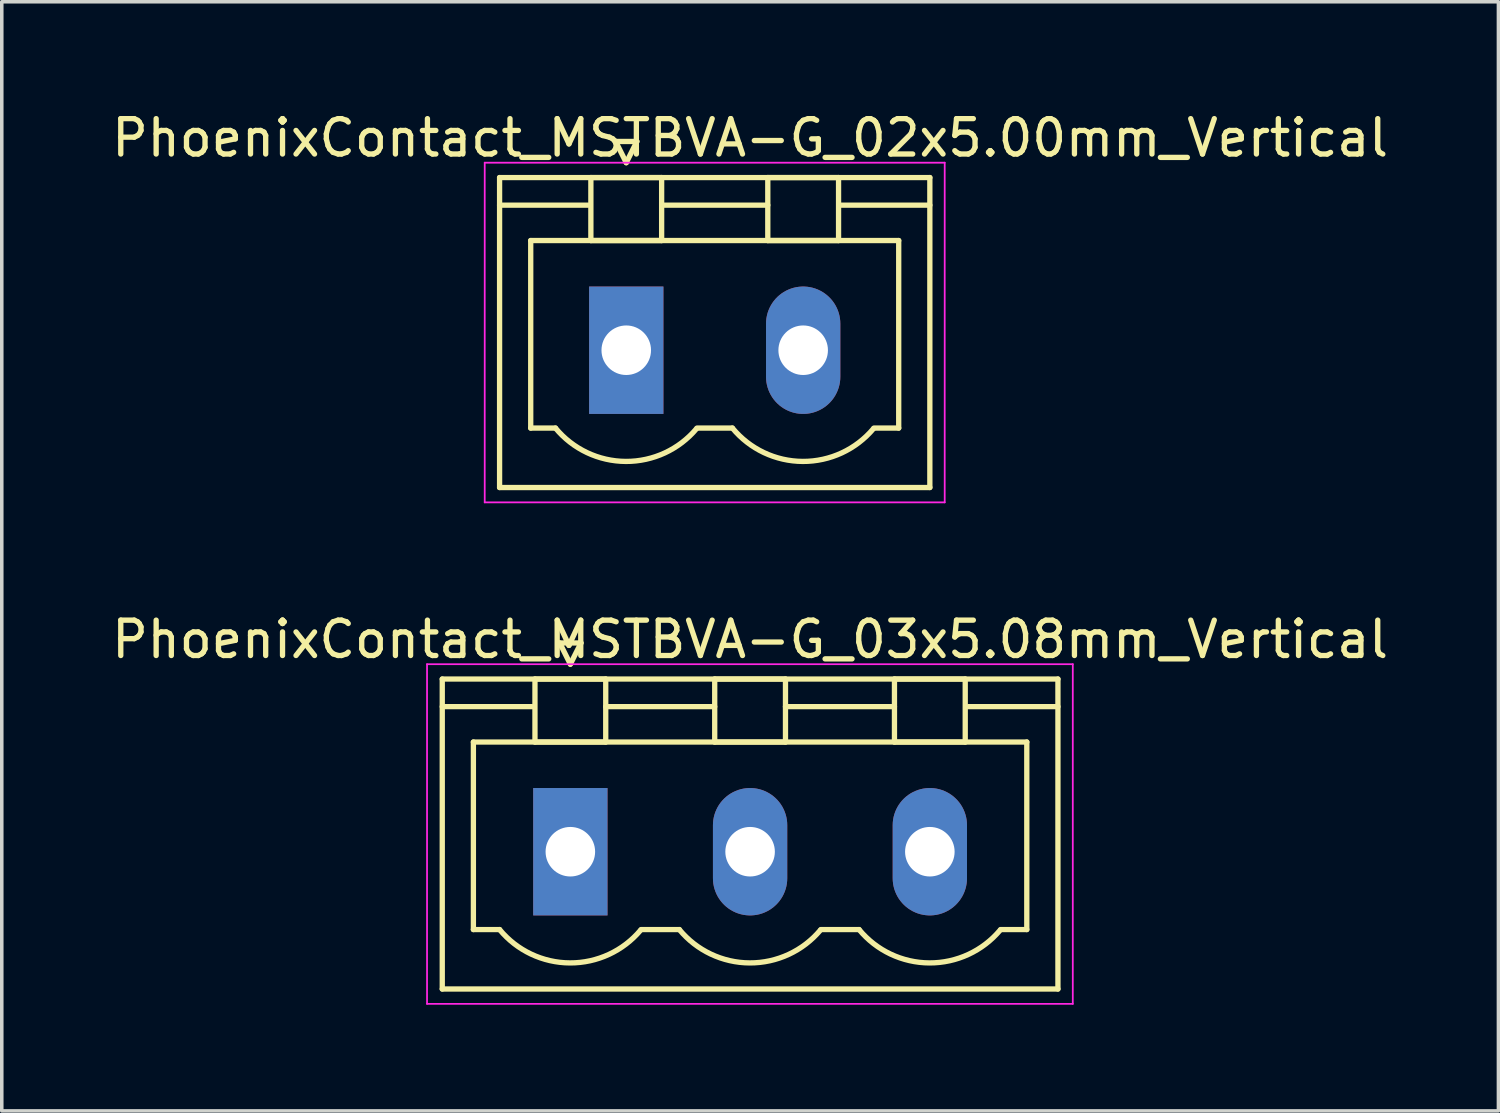
<source format=kicad_pcb>
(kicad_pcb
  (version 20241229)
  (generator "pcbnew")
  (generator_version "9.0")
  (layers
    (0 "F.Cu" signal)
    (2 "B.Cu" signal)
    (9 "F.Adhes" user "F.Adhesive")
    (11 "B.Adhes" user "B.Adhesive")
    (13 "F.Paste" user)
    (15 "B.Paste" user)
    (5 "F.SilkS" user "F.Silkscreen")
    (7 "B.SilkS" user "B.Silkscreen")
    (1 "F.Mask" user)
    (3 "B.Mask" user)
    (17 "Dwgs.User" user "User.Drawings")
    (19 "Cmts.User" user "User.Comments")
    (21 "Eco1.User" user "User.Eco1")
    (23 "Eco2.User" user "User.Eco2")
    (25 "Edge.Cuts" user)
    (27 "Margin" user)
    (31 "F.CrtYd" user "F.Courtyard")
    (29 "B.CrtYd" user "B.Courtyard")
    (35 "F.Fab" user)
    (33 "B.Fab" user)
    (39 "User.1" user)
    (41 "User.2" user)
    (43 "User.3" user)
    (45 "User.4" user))
  (footprint "PhoenixContact_MSTBVA-G_02x5.00mm_Vertical"
    (layer "F.Cu")
    (at 14.649 6.848)
    (property "Reference" "PhoenixContact_MSTBVA-G_02x5.00mm_Vertical" (at 3.5 -6 0) (layer "F.SilkS") (effects (font (size 1 1) (thickness 0.15))))
    (attr through_hole)
    (fp_line (start -3.58 -4.88) (end -3.58 3.88) (stroke (width 0.15) (type solid)) (layer "F.SilkS"))
    (fp_line (start -3.58 -4.1) (end -1.08 -4.1) (stroke (width 0.15) (type solid)) (layer "F.SilkS"))
    (fp_line (start -3.58 3.88) (end 8.58 3.88) (stroke (width 0.15) (type solid)) (layer "F.SilkS"))
    (fp_line (start -2.7 -3.1) (end 7.7 -3.1) (stroke (width 0.15) (type solid)) (layer "F.SilkS"))
    (fp_line (start -2.7 2.2) (end -2.7 -3.1) (stroke (width 0.15) (type solid)) (layer "F.SilkS"))
    (fp_line (start -2 2.2) (end -2.7 2.2) (stroke (width 0.15) (type solid)) (layer "F.SilkS"))
    (fp_line (start -1 -4.88) (end 1 -4.88) (stroke (width 0.15) (type solid)) (layer "F.SilkS"))
    (fp_line (start -1 -3.1) (end -1 -4.88) (stroke (width 0.15) (type solid)) (layer "F.SilkS"))
    (fp_line (start -0.3 -5.9) (end 0 -5.3) (stroke (width 0.15) (type solid)) (layer "F.SilkS"))
    (fp_line (start 0 -5.3) (end 0.3 -5.9) (stroke (width 0.15) (type solid)) (layer "F.SilkS"))
    (fp_line (start 0.3 -5.9) (end -0.3 -5.9) (stroke (width 0.15) (type solid)) (layer "F.SilkS"))
    (fp_line (start 1 -4.88) (end 1 -3.1) (stroke (width 0.15) (type solid)) (layer "F.SilkS"))
    (fp_line (start 1 -4.1) (end 4 -4.1) (stroke (width 0.15) (type solid)) (layer "F.SilkS"))
    (fp_line (start 1 -3.1) (end -1 -3.1) (stroke (width 0.15) (type solid)) (layer "F.SilkS"))
    (fp_line (start 2 2.2) (end 3 2.2) (stroke (width 0.15) (type solid)) (layer "F.SilkS"))
    (fp_line (start 4 -4.88) (end 6 -4.88) (stroke (width 0.15) (type solid)) (layer "F.SilkS"))
    (fp_line (start 4 -3.1) (end 4 -4.88) (stroke (width 0.15) (type solid)) (layer "F.SilkS"))
    (fp_line (start 6 -4.88) (end 6 -3.1) (stroke (width 0.15) (type solid)) (layer "F.SilkS"))
    (fp_line (start 6 -3.1) (end 4 -3.1) (stroke (width 0.15) (type solid)) (layer "F.SilkS"))
    (fp_line (start 7.7 -3.1) (end 7.7 2.2) (stroke (width 0.15) (type solid)) (layer "F.SilkS"))
    (fp_line (start 7.7 2.2) (end 7 2.2) (stroke (width 0.15) (type solid)) (layer "F.SilkS"))
    (fp_line (start 8.58 -4.88) (end -3.58 -4.88) (stroke (width 0.15) (type solid)) (layer "F.SilkS"))
    (fp_line (start 8.58 -4.1) (end 6.08 -4.1) (stroke (width 0.15) (type solid)) (layer "F.SilkS"))
    (fp_line (start 8.58 3.88) (end 8.58 -4.88) (stroke (width 0.15) (type solid)) (layer "F.SilkS"))
    (fp_arc (start 1.986842 2.215821) (mid -0.010289 3.142758) (end -2 2.2) (stroke (width 0.15) (type solid)) (layer "F.SilkS"))
    (fp_arc (start 6.986842 2.215821) (mid 4.989711 3.142758) (end 3 2.2) (stroke (width 0.15) (type solid)) (layer "F.SilkS"))
    (fp_line (start -4 -5.3) (end -4 4.3) (stroke (width 0.05) (type solid)) (layer "F.CrtYd"))
    (fp_line (start -4 4.3) (end 9 4.3) (stroke (width 0.05) (type solid)) (layer "F.CrtYd"))
    (fp_line (start 9 -5.3) (end -4 -5.3) (stroke (width 0.05) (type solid)) (layer "F.CrtYd"))
    (fp_line (start 9 4.3) (end 9 -5.3) (stroke (width 0.05) (type solid)) (layer "F.CrtYd"))
    (pad "1" thru_hole rect (at 0 0) (size 2.1 3.6) (drill 1.4) (layers "*.Cu" "*.Mask"))
    (pad "2" thru_hole oval (at 5 0) (size 2.1 3.6) (drill 1.4) (layers "*.Cu" "*.Mask")))
  (footprint "PhoenixContact_MSTBVA-G_03x5.08mm_Vertical"
    (layer "F.Cu")
    (at 13.069 21.021)
    (property "Reference" "PhoenixContact_MSTBVA-G_03x5.08mm_Vertical" (at 5.08 -6 0) (layer "F.SilkS") (effects (font (size 1 1) (thickness 0.15))))
    (attr through_hole)
    (fp_line (start -3.62 -4.88) (end -3.62 3.88) (stroke (width 0.15) (type solid)) (layer "F.SilkS"))
    (fp_line (start -3.62 -4.1) (end -1.08 -4.1) (stroke (width 0.15) (type solid)) (layer "F.SilkS"))
    (fp_line (start -3.62 3.88) (end 13.78 3.88) (stroke (width 0.15) (type solid)) (layer "F.SilkS"))
    (fp_line (start -2.74 -3.1) (end 12.9 -3.1) (stroke (width 0.15) (type solid)) (layer "F.SilkS"))
    (fp_line (start -2.74 2.2) (end -2.74 -3.1) (stroke (width 0.15) (type solid)) (layer "F.SilkS"))
    (fp_line (start -2 2.2) (end -2.74 2.2) (stroke (width 0.15) (type solid)) (layer "F.SilkS"))
    (fp_line (start -1 -4.88) (end 1 -4.88) (stroke (width 0.15) (type solid)) (layer "F.SilkS"))
    (fp_line (start -1 -3.1) (end -1 -4.88) (stroke (width 0.15) (type solid)) (layer "F.SilkS"))
    (fp_line (start -0.3 -5.9) (end 0 -5.3) (stroke (width 0.15) (type solid)) (layer "F.SilkS"))
    (fp_line (start 0 -5.3) (end 0.3 -5.9) (stroke (width 0.15) (type solid)) (layer "F.SilkS"))
    (fp_line (start 0.3 -5.9) (end -0.3 -5.9) (stroke (width 0.15) (type solid)) (layer "F.SilkS"))
    (fp_line (start 1 -4.88) (end 1 -3.1) (stroke (width 0.15) (type solid)) (layer "F.SilkS"))
    (fp_line (start 1 -4.1) (end 4.08 -4.1) (stroke (width 0.15) (type solid)) (layer "F.SilkS"))
    (fp_line (start 1 -3.1) (end -1 -3.1) (stroke (width 0.15) (type solid)) (layer "F.SilkS"))
    (fp_line (start 2 2.2) (end 3.08 2.2) (stroke (width 0.15) (type solid)) (layer "F.SilkS"))
    (fp_line (start 4.08 -4.88) (end 6.08 -4.88) (stroke (width 0.15) (type solid)) (layer "F.SilkS"))
    (fp_line (start 4.08 -3.1) (end 4.08 -4.88) (stroke (width 0.15) (type solid)) (layer "F.SilkS"))
    (fp_line (start 6.08 -4.88) (end 6.08 -3.1) (stroke (width 0.15) (type solid)) (layer "F.SilkS"))
    (fp_line (start 6.08 -4.1) (end 9.16 -4.1) (stroke (width 0.15) (type solid)) (layer "F.SilkS"))
    (fp_line (start 6.08 -3.1) (end 4.08 -3.1) (stroke (width 0.15) (type solid)) (layer "F.SilkS"))
    (fp_line (start 7.08 2.2) (end 8.16 2.2) (stroke (width 0.15) (type solid)) (layer "F.SilkS"))
    (fp_line (start 9.16 -4.88) (end 11.16 -4.88) (stroke (width 0.15) (type solid)) (layer "F.SilkS"))
    (fp_line (start 9.16 -3.1) (end 9.16 -4.88) (stroke (width 0.15) (type solid)) (layer "F.SilkS"))
    (fp_line (start 11.16 -4.88) (end 11.16 -3.1) (stroke (width 0.15) (type solid)) (layer "F.SilkS"))
    (fp_line (start 11.16 -3.1) (end 9.16 -3.1) (stroke (width 0.15) (type solid)) (layer "F.SilkS"))
    (fp_line (start 12.9 -3.1) (end 12.9 2.2) (stroke (width 0.15) (type solid)) (layer "F.SilkS"))
    (fp_line (start 12.9 2.2) (end 12.16 2.2) (stroke (width 0.15) (type solid)) (layer "F.SilkS"))
    (fp_line (start 13.78 -4.88) (end -3.62 -4.88) (stroke (width 0.15) (type solid)) (layer "F.SilkS"))
    (fp_line (start 13.78 -4.1) (end 11.24 -4.1) (stroke (width 0.15) (type solid)) (layer "F.SilkS"))
    (fp_line (start 13.78 3.88) (end 13.78 -4.88) (stroke (width 0.15) (type solid)) (layer "F.SilkS"))
    (fp_arc (start 1.986842 2.215821) (mid -0.010289 3.142758) (end -2 2.2) (stroke (width 0.15) (type solid)) (layer "F.SilkS"))
    (fp_arc (start 7.066842 2.215821) (mid 5.069711 3.142758) (end 3.08 2.2) (stroke (width 0.15) (type solid)) (layer "F.SilkS"))
    (fp_arc (start 12.146842 2.215821) (mid 10.149711 3.142758) (end 8.16 2.2) (stroke (width 0.15) (type solid)) (layer "F.SilkS"))
    (fp_line (start -4.05 -5.3) (end -4.05 4.3) (stroke (width 0.05) (type solid)) (layer "F.CrtYd"))
    (fp_line (start -4.05 4.3) (end 14.2 4.3) (stroke (width 0.05) (type solid)) (layer "F.CrtYd"))
    (fp_line (start 14.2 -5.3) (end -4.05 -5.3) (stroke (width 0.05) (type solid)) (layer "F.CrtYd"))
    (fp_line (start 14.2 4.3) (end 14.2 -5.3) (stroke (width 0.05) (type solid)) (layer "F.CrtYd"))
    (pad "1" thru_hole rect (at 0 0) (size 2.1 3.6) (drill 1.4) (layers "*.Cu" "*.Mask"))
    (pad "2" thru_hole oval (at 5.08 0) (size 2.1 3.6) (drill 1.4) (layers "*.Cu" "*.Mask"))
    (pad "3" thru_hole oval (at 10.16 0) (size 2.1 3.6) (drill 1.4) (layers "*.Cu" "*.Mask")))
  (gr_rect
    (start -3 -3)
    (end 39.298 28.346)
    (stroke (width 0.1) (type default))
    (fill no)
    (layer "Edge.Cuts")))
</source>
